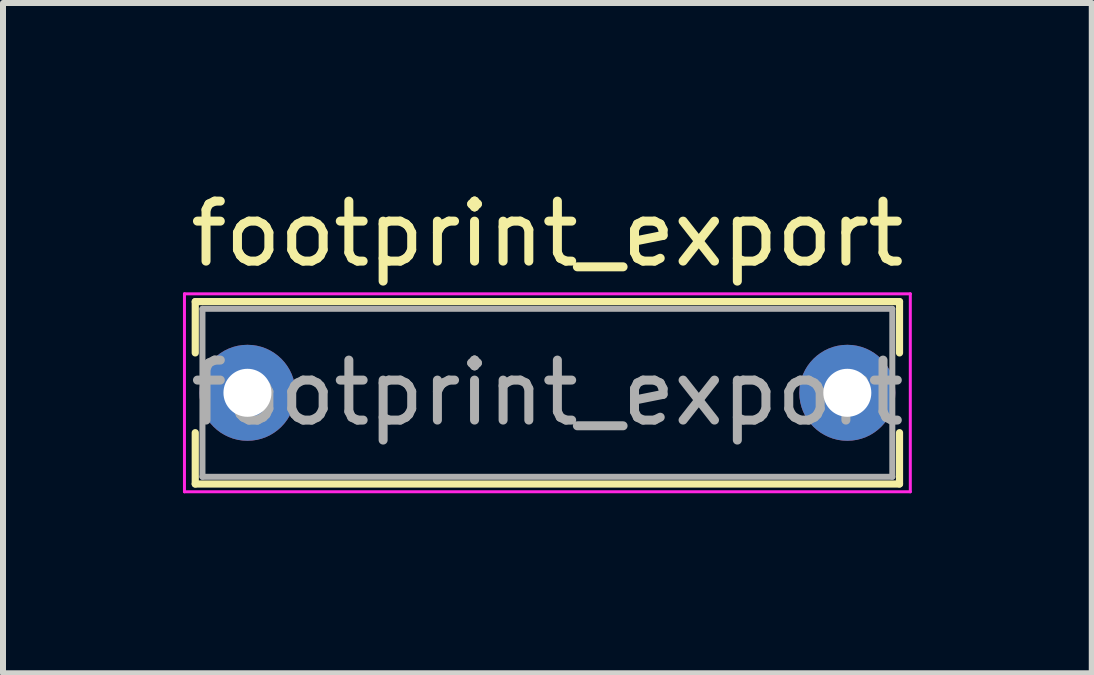
<source format=kicad_pcb>
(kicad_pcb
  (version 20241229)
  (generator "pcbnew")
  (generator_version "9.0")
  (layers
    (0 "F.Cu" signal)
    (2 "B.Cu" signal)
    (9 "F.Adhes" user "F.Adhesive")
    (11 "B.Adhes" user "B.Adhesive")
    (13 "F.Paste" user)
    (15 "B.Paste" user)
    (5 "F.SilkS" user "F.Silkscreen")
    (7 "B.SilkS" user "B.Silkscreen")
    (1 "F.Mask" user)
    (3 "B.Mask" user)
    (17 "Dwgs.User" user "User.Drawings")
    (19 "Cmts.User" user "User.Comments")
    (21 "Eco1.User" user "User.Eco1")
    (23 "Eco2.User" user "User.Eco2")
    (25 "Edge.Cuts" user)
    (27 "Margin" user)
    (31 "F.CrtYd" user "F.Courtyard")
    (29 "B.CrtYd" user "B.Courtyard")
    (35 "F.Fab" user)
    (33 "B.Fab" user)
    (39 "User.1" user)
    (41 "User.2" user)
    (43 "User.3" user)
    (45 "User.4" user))
  (footprint "footprint_export"
    (layer "F.Cu")
    (at 1.075 3.498)
    (property "Reference" "footprint_export" (at 5 -2.65 0) (layer "F.SilkS") (effects (font (size 1 1) (thickness 0.15))))
    (attr through_hole)
    (fp_line (start -0.87 -1.52) (end -0.87 -0.665) (stroke (width 0.12) (type solid)) (layer "F.SilkS"))
    (fp_line (start -0.87 -1.52) (end 10.87 -1.52) (stroke (width 0.12) (type solid)) (layer "F.SilkS"))
    (fp_line (start -0.87 0.665) (end -0.87 1.52) (stroke (width 0.12) (type solid)) (layer "F.SilkS"))
    (fp_line (start -0.87 1.52) (end 10.87 1.52) (stroke (width 0.12) (type solid)) (layer "F.SilkS"))
    (fp_line (start 10.87 -1.52) (end 10.87 -0.665) (stroke (width 0.12) (type solid)) (layer "F.SilkS"))
    (fp_line (start 10.87 0.665) (end 10.87 1.52) (stroke (width 0.12) (type solid)) (layer "F.SilkS"))
    (fp_line (start -1.05 -1.65) (end -1.05 1.65) (stroke (width 0.05) (type solid)) (layer "F.CrtYd"))
    (fp_line (start -1.05 1.65) (end 11.05 1.65) (stroke (width 0.05) (type solid)) (layer "F.CrtYd"))
    (fp_line (start 11.05 -1.65) (end -1.05 -1.65) (stroke (width 0.05) (type solid)) (layer "F.CrtYd"))
    (fp_line (start 11.05 1.65) (end 11.05 -1.65) (stroke (width 0.05) (type solid)) (layer "F.CrtYd"))
    (fp_line (start -0.75 -1.4) (end -0.75 1.4) (stroke (width 0.1) (type solid)) (layer "F.Fab"))
    (fp_line (start -0.75 1.4) (end 10.75 1.4) (stroke (width 0.1) (type solid)) (layer "F.Fab"))
    (fp_line (start 10.75 -1.4) (end -0.75 -1.4) (stroke (width 0.1) (type solid)) (layer "F.Fab"))
    (fp_line (start 10.75 1.4) (end 10.75 -1.4) (stroke (width 0.1) (type solid)) (layer "F.Fab"))
    (fp_text user "${REFERENCE}" (at 5 0 0) (layer "F.Fab") (effects (font (size 1 1) (thickness 0.15))))
    (pad "1" thru_hole circle (at 0 0) (size 1.6 1.6) (drill 0.8) (layers "*.Cu" "*.Mask"))
    (pad "2" thru_hole circle (at 10 0) (size 1.6 1.6) (drill 0.8) (layers "*.Cu" "*.Mask")))
  (gr_rect
    (start -3 -3)
    (end 15.15 8.173)
    (stroke (width 0.1) (type default))
    (fill no)
    (layer "Edge.Cuts")))
</source>
